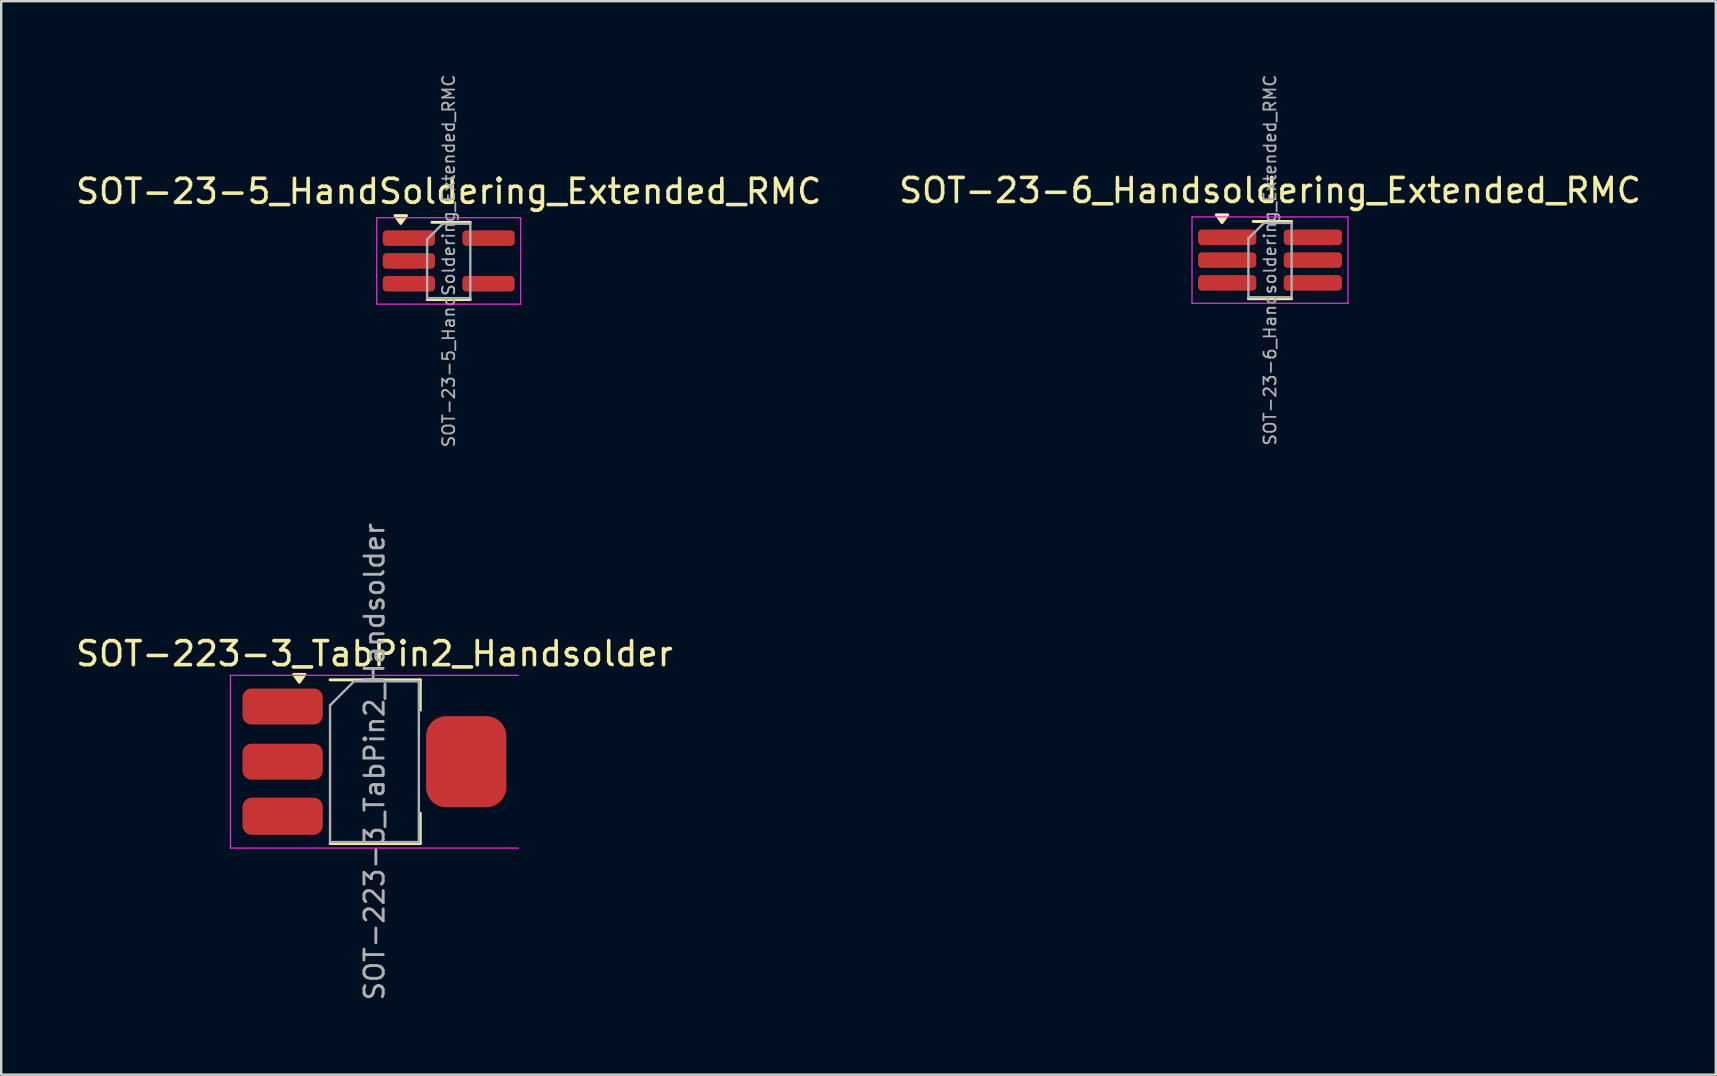
<source format=kicad_pcb>
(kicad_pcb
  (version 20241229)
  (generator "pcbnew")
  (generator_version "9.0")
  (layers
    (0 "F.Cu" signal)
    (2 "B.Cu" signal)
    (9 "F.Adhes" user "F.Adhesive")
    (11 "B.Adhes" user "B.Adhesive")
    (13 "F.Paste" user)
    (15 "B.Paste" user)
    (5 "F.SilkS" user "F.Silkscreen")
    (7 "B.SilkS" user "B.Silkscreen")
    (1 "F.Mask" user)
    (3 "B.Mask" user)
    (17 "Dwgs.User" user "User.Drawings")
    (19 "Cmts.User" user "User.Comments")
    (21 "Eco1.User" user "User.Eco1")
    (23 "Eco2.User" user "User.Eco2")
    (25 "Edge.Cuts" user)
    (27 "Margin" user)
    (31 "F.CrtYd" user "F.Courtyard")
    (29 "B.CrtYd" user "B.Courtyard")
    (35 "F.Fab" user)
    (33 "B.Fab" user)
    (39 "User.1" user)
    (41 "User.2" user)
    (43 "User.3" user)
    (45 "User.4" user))
  (footprint "SOT-23-6_Handsoldering_Extended_RMC"
    (layer "F.Cu")
    (at 49.875 7.789)
    (property "Reference" "SOT-23-6_Handsoldering_Extended_RMC" (at 0 -2.9 0) (layer "F.SilkS") (effects (font (size 1 1) (thickness 0.15))))
    (attr smd)
    (fp_line (start -0.9 1.61) (end 0.9 1.61) (stroke (width 0.12) (type solid)) (layer "F.SilkS"))
    (fp_line (start 0.1 -1.61) (end -0.7 -1.61) (stroke (width 0.12) (type solid)) (layer "F.SilkS"))
    (fp_line (start 0.1 -1.61) (end 0.9 -1.61) (stroke (width 0.12) (type solid)) (layer "F.SilkS"))
    (fp_poly (pts (xy -2 -1.56) (xy -2.24 -1.89) (xy -1.76 -1.89) (xy -2 -1.56)) (stroke (width 0.12) (type solid)) (fill yes) (layer "F.SilkS"))
    (fp_line (start -3.25 -1.8) (end 3.25 -1.8) (stroke (width 0.05) (type solid)) (layer "F.CrtYd"))
    (fp_line (start -3.25 1.8) (end -3.25 -1.8) (stroke (width 0.05) (type solid)) (layer "F.CrtYd"))
    (fp_line (start 3.25 -1.8) (end 3.25 1.8) (stroke (width 0.05) (type solid)) (layer "F.CrtYd"))
    (fp_line (start 3.25 1.8) (end -3.25 1.8) (stroke (width 0.05) (type solid)) (layer "F.CrtYd"))
    (fp_line (start -0.9 -0.9) (end -0.9 1.55) (stroke (width 0.1) (type solid)) (layer "F.Fab"))
    (fp_line (start -0.9 -0.9) (end -0.25 -1.55) (stroke (width 0.1) (type solid)) (layer "F.Fab"))
    (fp_line (start 0.9 -1.55) (end -0.25 -1.55) (stroke (width 0.1) (type solid)) (layer "F.Fab"))
    (fp_line (start 0.9 -1.55) (end 0.9 1.55) (stroke (width 0.1) (type solid)) (layer "F.Fab"))
    (fp_line (start 0.9 1.55) (end -0.9 1.55) (stroke (width 0.1) (type solid)) (layer "F.Fab"))
    (fp_text user "${REFERENCE}" (at 0 0 90) (layer "F.Fab") (effects (font (size 0.5 0.5) (thickness 0.075))))
    (pad "1" smd roundrect (at -1.785 -0.95) (size 2.43 0.65) (layers "F.Cu" "F.Mask" "F.Paste") (roundrect_rratio 0.25))
    (pad "2" smd roundrect (at -1.785 0) (size 2.43 0.65) (layers "F.Cu" "F.Mask" "F.Paste") (roundrect_rratio 0.25))
    (pad "3" smd roundrect (at -1.785 0.95) (size 2.43 0.65) (layers "F.Cu" "F.Mask" "F.Paste") (roundrect_rratio 0.25))
    (pad "4" smd roundrect (at 1.785 0.95) (size 2.43 0.65) (layers "F.Cu" "F.Mask" "F.Paste") (roundrect_rratio 0.25))
    (pad "5" smd roundrect (at 1.785 0) (size 2.43 0.65) (layers "F.Cu" "F.Mask" "F.Paste") (roundrect_rratio 0.25))
    (pad "6" smd roundrect (at 1.785 -0.95) (size 2.43 0.65) (layers "F.Cu" "F.Mask" "F.Paste") (roundrect_rratio 0.25)))
  (footprint "SOT-23-5_HandSoldering_Extended_RMC"
    (layer "F.Cu")
    (at 15.649 7.824)
    (property "Reference" "SOT-23-5_HandSoldering_Extended_RMC" (at 0 -2.9 0) (layer "F.SilkS") (effects (font (size 1 1) (thickness 0.15))))
    (attr smd)
    (fp_line (start -0.9 1.61) (end 0.9 1.61) (stroke (width 0.12) (type solid)) (layer "F.SilkS"))
    (fp_line (start 0.1 -1.61) (end -0.7 -1.61) (stroke (width 0.12) (type solid)) (layer "F.SilkS"))
    (fp_line (start 0.1 -1.61) (end 0.9 -1.61) (stroke (width 0.12) (type solid)) (layer "F.SilkS"))
    (fp_poly (pts (xy -2 -1.56) (xy -2.24 -1.89) (xy -1.76 -1.89) (xy -2 -1.56)) (stroke (width 0.12) (type solid)) (fill yes) (layer "F.SilkS"))
    (fp_line (start -3 -1.8) (end -3 1.8) (stroke (width 0.05) (type solid)) (layer "F.CrtYd"))
    (fp_line (start -3 -1.8) (end 3 -1.8) (stroke (width 0.05) (type solid)) (layer "F.CrtYd"))
    (fp_line (start 3 1.8) (end -3 1.8) (stroke (width 0.05) (type solid)) (layer "F.CrtYd"))
    (fp_line (start 3 1.8) (end 3 -1.8) (stroke (width 0.05) (type solid)) (layer "F.CrtYd"))
    (fp_line (start -0.9 -0.9) (end -0.9 1.55) (stroke (width 0.1) (type solid)) (layer "F.Fab"))
    (fp_line (start -0.9 -0.9) (end -0.25 -1.55) (stroke (width 0.1) (type solid)) (layer "F.Fab"))
    (fp_line (start 0.9 -1.55) (end -0.25 -1.55) (stroke (width 0.1) (type solid)) (layer "F.Fab"))
    (fp_line (start 0.9 -1.55) (end 0.9 1.55) (stroke (width 0.1) (type solid)) (layer "F.Fab"))
    (fp_line (start 0.9 1.55) (end -0.9 1.55) (stroke (width 0.1) (type solid)) (layer "F.Fab"))
    (fp_text user "${REFERENCE}" (at 0 0 90) (layer "F.Fab") (effects (font (size 0.5 0.5) (thickness 0.075))))
    (pad "1" smd roundrect (at -1.66 -0.95) (size 2.18 0.65) (layers "F.Cu" "F.Mask" "F.Paste") (roundrect_rratio 0.25))
    (pad "2" smd roundrect (at -1.66 0) (size 2.18 0.65) (layers "F.Cu" "F.Mask" "F.Paste") (roundrect_rratio 0.25))
    (pad "3" smd roundrect (at -1.66 0.95) (size 2.18 0.65) (layers "F.Cu" "F.Mask" "F.Paste") (roundrect_rratio 0.25))
    (pad "4" smd roundrect (at 1.66 0.95) (size 2.18 0.65) (layers "F.Cu" "F.Mask" "F.Paste") (roundrect_rratio 0.25))
    (pad "5" smd roundrect (at 1.66 -0.95) (size 2.18 0.65) (layers "F.Cu" "F.Mask" "F.Paste") (roundrect_rratio 0.25)))
  (footprint "SOT-223-3_TabPin2_Handsolder"
    (layer "F.Cu")
    (at 12.554 28.692)
    (property "Reference" "SOT-223-3_TabPin2_Handsolder" (at 0 -4.5 0) (layer "F.SilkS") (effects (font (size 1 1) (thickness 0.15))))
    (attr smd)
    (fp_line (start -1.85 -3.41) (end 1.91 -3.41) (stroke (width 0.12) (type solid)) (layer "F.SilkS"))
    (fp_line (start -1.85 3.41) (end 1.91 3.41) (stroke (width 0.12) (type solid)) (layer "F.SilkS"))
    (fp_line (start 1.91 -3.41) (end 1.91 -2.15) (stroke (width 0.12) (type solid)) (layer "F.SilkS"))
    (fp_line (start 1.91 3.41) (end 1.91 2.15) (stroke (width 0.12) (type solid)) (layer "F.SilkS"))
    (fp_poly (pts (xy -3.13 -3.31) (xy -3.37 -3.64) (xy -2.89 -3.64) (xy -3.13 -3.31)) (stroke (width 0.12) (type solid)) (fill yes) (layer "F.SilkS"))
    (fp_line (start 6 -3.6) (end 6 3.6) (stroke (width 0.1) (type default)) (layer "Margin"))
    (fp_line (start -6 -3.6) (end -6 3.6) (stroke (width 0.05) (type solid)) (layer "F.CrtYd"))
    (fp_line (start -6 3.6) (end 6 3.6) (stroke (width 0.05) (type solid)) (layer "F.CrtYd"))
    (fp_line (start 6 -3.6) (end -6 -3.6) (stroke (width 0.05) (type solid)) (layer "F.CrtYd"))
    (fp_line (start -1.85 -2.35) (end -1.85 3.35) (stroke (width 0.1) (type solid)) (layer "F.Fab"))
    (fp_line (start -1.85 -2.35) (end -0.85 -3.35) (stroke (width 0.1) (type solid)) (layer "F.Fab"))
    (fp_line (start -1.85 3.35) (end 1.85 3.35) (stroke (width 0.1) (type solid)) (layer "F.Fab"))
    (fp_line (start -0.85 -3.35) (end 1.85 -3.35) (stroke (width 0.1) (type solid)) (layer "F.Fab"))
    (fp_line (start 1.85 -3.35) (end 1.85 3.35) (stroke (width 0.1) (type solid)) (layer "F.Fab"))
    (fp_text user "${REFERENCE}" (at 0 0 90) (layer "F.Fab") (effects (font (size 0.8 0.8) (thickness 0.12))))
    (pad "1" smd roundrect (at -3.825 -2.3) (size 3.35 1.5) (layers "F.Cu" "F.Mask" "F.Paste") (roundrect_rratio 0.25))
    (pad "2" smd roundrect (at -3.825 0) (size 3.35 1.5) (layers "F.Cu" "F.Mask" "F.Paste") (roundrect_rratio 0.25))
    (pad "2" smd roundrect (at 3.825 0) (size 3.35 3.8) (layers "F.Cu" "F.Mask" "F.Paste") (roundrect_rratio 0.25))
    (pad "3" smd roundrect (at -3.825 2.275) (size 3.35 1.55) (layers "F.Cu" "F.Mask" "F.Paste") (roundrect_rratio 0.25)))
  (gr_rect
    (start -3 -3)
    (end 68.452 41.735)
    (stroke (width 0.1) (type default))
    (fill no)
    (layer "Edge.Cuts")))
</source>
